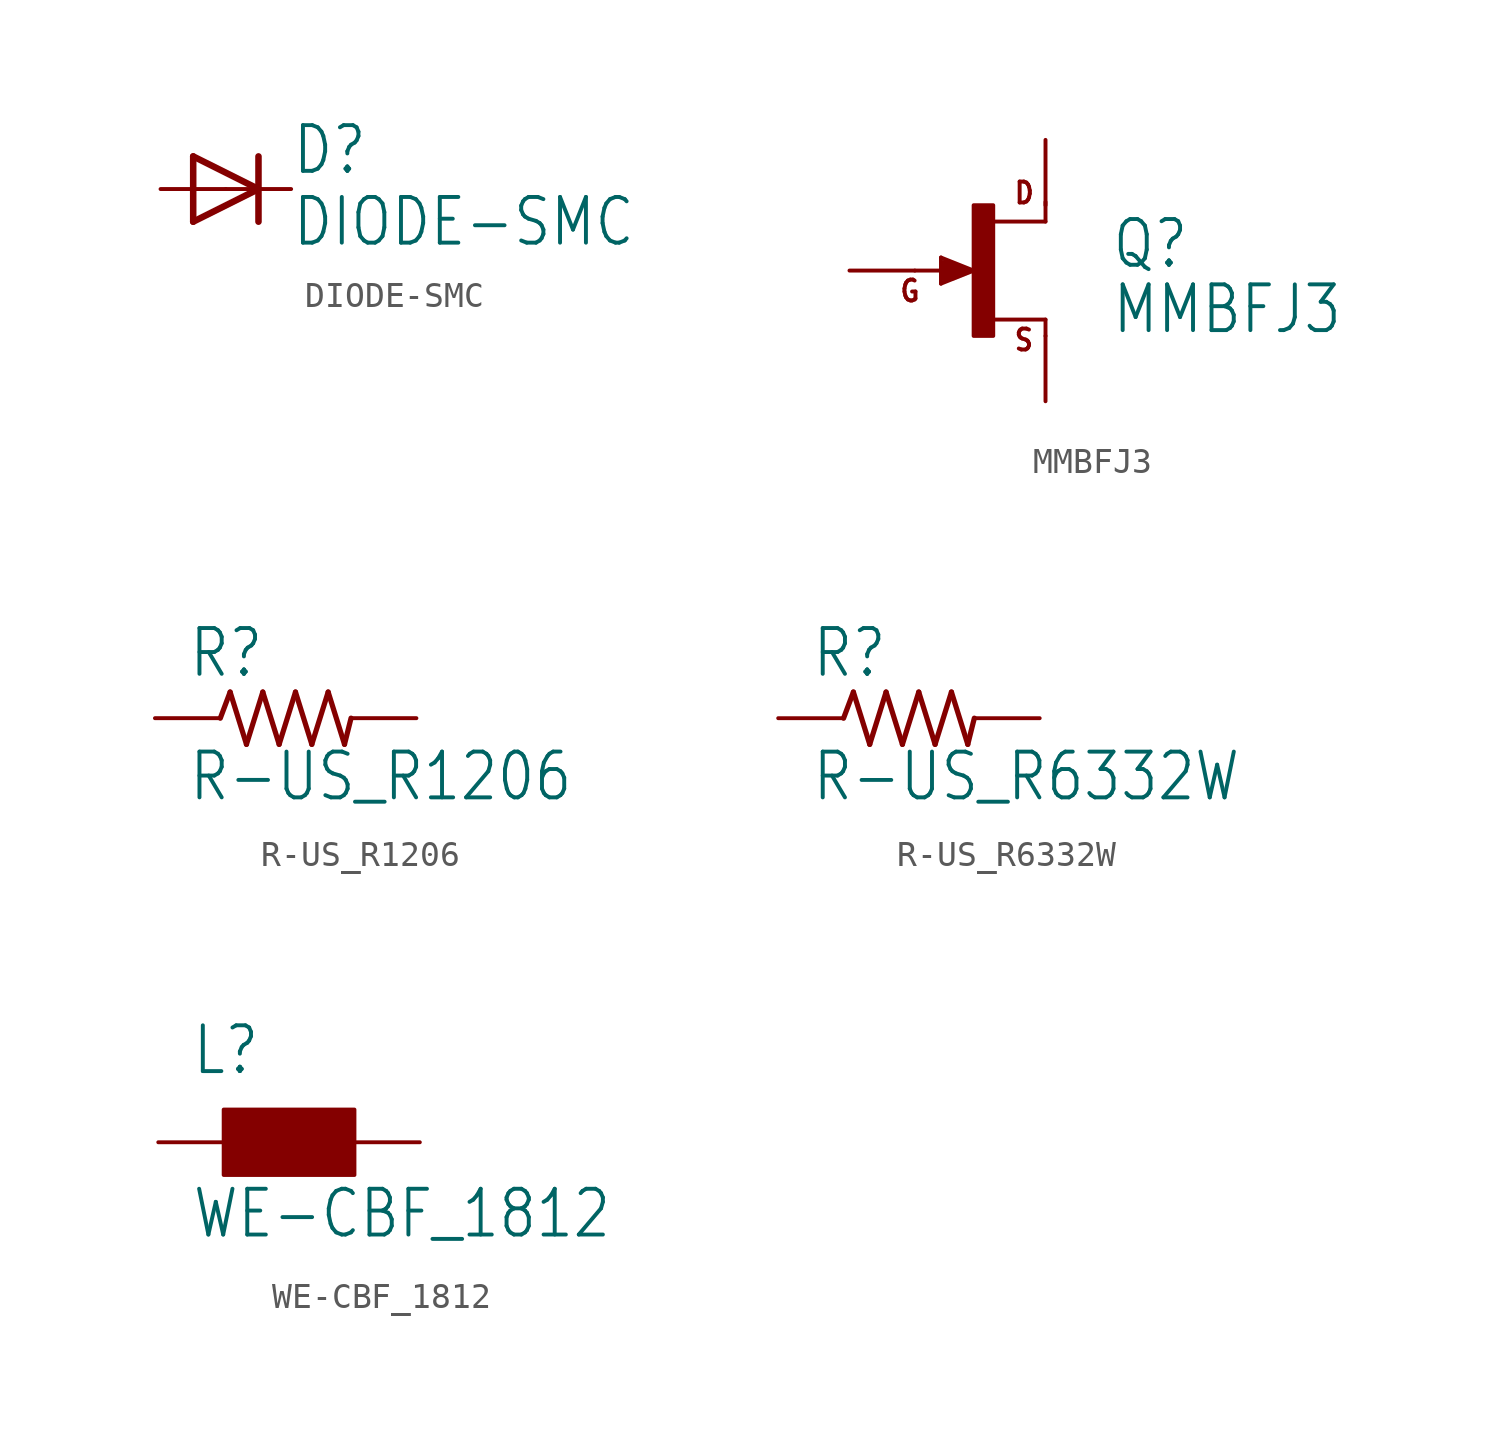
<source format=kicad_sym>
(kicad_symbol_lib
  (version 20211014)
  (generator kicad_symbol_editor)
  (symbol "DIODE-SMC"
    (property "Reference" "D"
      (at 2.54 0.483 0)
      (effects (font (size 1.778 1.511)) (justify left bottom)))
    (property "Value" "DIODE-SMC"
      (at 2.54 -2.311 0)
      (effects (font (size 1.778 1.511)) (justify left bottom)))
    (property "ki_locked" ""
      (at 0 0 0)
      (effects (font (size 1.27 1.27))))
    (symbol "DIODE-SMC_1_0"
      (polyline (pts (xy -1.27 -1.27) (xy 1.27 0)) (stroke (width 0.254) (type default) (color 0 0 0 0)) (fill (type none)))
      (polyline (pts (xy -1.27 1.27) (xy -1.27 -1.27)) (stroke (width 0.254) (type default) (color 0 0 0 0)) (fill (type none)))
      (polyline (pts (xy 1.27 0) (xy -1.27 1.27)) (stroke (width 0.254) (type default) (color 0 0 0 0)) (fill (type none)))
      (polyline (pts (xy 1.27 0) (xy 1.27 -1.27)) (stroke (width 0.254) (type default) (color 0 0 0 0)) (fill (type none)))
      (polyline (pts (xy 1.27 1.27) (xy 1.27 0)) (stroke (width 0.254) (type default) (color 0 0 0 0)) (fill (type none)))
      (pin passive line (at -2.54 0 0) (length 2.54) (name "A" (effects (font (size 0 0)))) (number "A" (effects (font (size 0 0)))))
      (pin passive line (at 2.54 0 180) (length 2.54) (name "C" (effects (font (size 0 0)))) (number "C" (effects (font (size 0 0)))))))
  (symbol "MMBFJ3"
    (property "Reference" "Q"
      (at 5.08 0 0)
      (effects (font (size 1.778 1.511)) (justify left bottom)))
    (property "Value" "MMBFJ3"
      (at 5.08 -2.54 0)
      (effects (font (size 1.778 1.511)) (justify left bottom)))
    (property "ki_locked" ""
      (at 0 0 0)
      (effects (font (size 1.27 1.27))))
    (symbol "MMBFJ3_1_0"
      (rectangle (start -0.254 -2.54) (end 0.508 2.54) (stroke (width 0) (type default) (color 0 0 0 0)) (fill (type outline)))
      (polyline (pts (xy -2.54 0) (xy -0.762 0)) (stroke (width 0.152) (type default) (color 0 0 0 0)) (fill (type none)))
      (polyline (pts (xy -1.524 -0.508) (xy -0.254 0)) (stroke (width 0.152) (type default) (color 0 0 0 0)) (fill (type none)))
      (polyline (pts (xy -1.524 0.508) (xy -1.524 -0.508)) (stroke (width 0.152) (type default) (color 0 0 0 0)) (fill (type none)))
      (polyline (pts (xy -1.397 -0.254) (xy -0.762 0)) (stroke (width 0.305) (type default) (color 0 0 0 0)) (fill (type none)))
      (polyline (pts (xy -1.397 0.254) (xy -1.397 -0.254)) (stroke (width 0.305) (type default) (color 0 0 0 0)) (fill (type none)))
      (polyline (pts (xy -0.762 0) (xy -0.635 0)) (stroke (width 0.152) (type default) (color 0 0 0 0)) (fill (type none)))
      (polyline (pts (xy -0.635 0) (xy -1.397 0.254)) (stroke (width 0.305) (type default) (color 0 0 0 0)) (fill (type none)))
      (polyline (pts (xy -0.635 0) (xy -0.254 0)) (stroke (width 0.152) (type default) (color 0 0 0 0)) (fill (type none)))
      (polyline (pts (xy -0.254 0) (xy -1.524 0.508)) (stroke (width 0.152) (type default) (color 0 0 0 0)) (fill (type none)))
      (polyline (pts (xy 2.54 -2.54) (xy 2.54 -1.905)) (stroke (width 0.152) (type default) (color 0 0 0 0)) (fill (type none)))
      (polyline (pts (xy 2.54 -1.905) (xy 0.533 -1.905)) (stroke (width 0.152) (type default) (color 0 0 0 0)) (fill (type none)))
      (polyline (pts (xy 2.54 1.905) (xy 0.508 1.905)) (stroke (width 0.152) (type default) (color 0 0 0 0)) (fill (type none)))
      (polyline (pts (xy 2.54 2.667) (xy 2.54 1.905)) (stroke (width 0.152) (type default) (color 0 0 0 0)) (fill (type none)))
      (text "D" (at 1.27 2.54 0) (effects (font (size 0.813 0.691)) (justify left bottom)))
      (text "G" (at -3.175 -1.27 0) (effects (font (size 0.813 0.691)) (justify left bottom)))
      (text "S" (at 1.27 -3.175 0) (effects (font (size 0.813 0.691)) (justify left bottom)))
      (pin passive line (at 2.54 5.08 270) (length 2.54) (name "D" (effects (font (size 0 0)))) (number "1" (effects (font (size 0 0)))))
      (pin passive line (at 2.54 -5.08 90) (length 2.54) (name "S" (effects (font (size 0 0)))) (number "2" (effects (font (size 0 0)))))
      (pin passive line (at -5.08 0 0) (length 2.54) (name "G" (effects (font (size 0 0)))) (number "3" (effects (font (size 0 0)))))))
  (symbol "R-US_R1206"
    (property "Reference" "R"
      (at -3.81 1.499 0)
      (effects (font (size 1.778 1.511)) (justify left bottom)))
    (property "Value" "R-US_R1206"
      (at -3.81 -3.302 0)
      (effects (font (size 1.778 1.511)) (justify left bottom)))
    (property "ki_locked" ""
      (at 0 0 0)
      (effects (font (size 1.27 1.27))))
    (symbol "R-US_R1206_1_0"
      (polyline (pts (xy -2.54 0) (xy -2.159 1.016)) (stroke (width 0.203) (type default) (color 0 0 0 0)) (fill (type none)))
      (polyline (pts (xy -2.159 1.016) (xy -1.524 -1.016)) (stroke (width 0.203) (type default) (color 0 0 0 0)) (fill (type none)))
      (polyline (pts (xy -1.524 -1.016) (xy -0.889 1.016)) (stroke (width 0.203) (type default) (color 0 0 0 0)) (fill (type none)))
      (polyline (pts (xy -0.889 1.016) (xy -0.254 -1.016)) (stroke (width 0.203) (type default) (color 0 0 0 0)) (fill (type none)))
      (polyline (pts (xy -0.254 -1.016) (xy 0.381 1.016)) (stroke (width 0.203) (type default) (color 0 0 0 0)) (fill (type none)))
      (polyline (pts (xy 0.381 1.016) (xy 1.016 -1.016)) (stroke (width 0.203) (type default) (color 0 0 0 0)) (fill (type none)))
      (polyline (pts (xy 1.016 -1.016) (xy 1.651 1.016)) (stroke (width 0.203) (type default) (color 0 0 0 0)) (fill (type none)))
      (polyline (pts (xy 1.651 1.016) (xy 2.286 -1.016)) (stroke (width 0.203) (type default) (color 0 0 0 0)) (fill (type none)))
      (polyline (pts (xy 2.286 -1.016) (xy 2.54 0)) (stroke (width 0.203) (type default) (color 0 0 0 0)) (fill (type none)))
      (pin passive line (at -5.08 0 0) (length 2.54) (name "1" (effects (font (size 0 0)))) (number "1" (effects (font (size 0 0)))))
      (pin passive line (at 5.08 0 180) (length 2.54) (name "2" (effects (font (size 0 0)))) (number "2" (effects (font (size 0 0)))))))
  (symbol "R-US_R6332W"
    (property "Reference" "R"
      (at -3.81 1.499 0)
      (effects (font (size 1.778 1.511)) (justify left bottom)))
    (property "Value" "R-US_R6332W"
      (at -3.81 -3.302 0)
      (effects (font (size 1.778 1.511)) (justify left bottom)))
    (property "ki_locked" ""
      (at 0 0 0)
      (effects (font (size 1.27 1.27))))
    (symbol "R-US_R6332W_1_0"
      (polyline (pts (xy -2.54 0) (xy -2.159 1.016)) (stroke (width 0.203) (type default) (color 0 0 0 0)) (fill (type none)))
      (polyline (pts (xy -2.159 1.016) (xy -1.524 -1.016)) (stroke (width 0.203) (type default) (color 0 0 0 0)) (fill (type none)))
      (polyline (pts (xy -1.524 -1.016) (xy -0.889 1.016)) (stroke (width 0.203) (type default) (color 0 0 0 0)) (fill (type none)))
      (polyline (pts (xy -0.889 1.016) (xy -0.254 -1.016)) (stroke (width 0.203) (type default) (color 0 0 0 0)) (fill (type none)))
      (polyline (pts (xy -0.254 -1.016) (xy 0.381 1.016)) (stroke (width 0.203) (type default) (color 0 0 0 0)) (fill (type none)))
      (polyline (pts (xy 0.381 1.016) (xy 1.016 -1.016)) (stroke (width 0.203) (type default) (color 0 0 0 0)) (fill (type none)))
      (polyline (pts (xy 1.016 -1.016) (xy 1.651 1.016)) (stroke (width 0.203) (type default) (color 0 0 0 0)) (fill (type none)))
      (polyline (pts (xy 1.651 1.016) (xy 2.286 -1.016)) (stroke (width 0.203) (type default) (color 0 0 0 0)) (fill (type none)))
      (polyline (pts (xy 2.286 -1.016) (xy 2.54 0)) (stroke (width 0.203) (type default) (color 0 0 0 0)) (fill (type none)))
      (pin passive line (at -5.08 0 0) (length 2.54) (name "1" (effects (font (size 0 0)))) (number "1" (effects (font (size 0 0)))))
      (pin passive line (at 5.08 0 180) (length 2.54) (name "2" (effects (font (size 0 0)))) (number "2" (effects (font (size 0 0)))))))
  (symbol "WE-CBF_1812"
    (property "Reference" "L"
      (at -3.81 5.08 0)
      (effects (font (size 1.778 1.511)) (justify left bottom)))
    (property "Value" "WE-CBF_1812"
      (at -3.81 -1.27 0)
      (effects (font (size 1.778 1.511)) (justify left bottom)))
    (property "ki_locked" ""
      (at 0 0 0)
      (effects (font (size 1.27 1.27))))
    (symbol "WE-CBF_1812_1_0"
      (rectangle (start -2.54 1.27) (end 2.54 3.81) (stroke (width 0) (type default) (color 0 0 0 0)) (fill (type outline)))
      (pin passive line (at -5.08 2.54 0) (length 2.54) (name "1" (effects (font (size 0 0)))) (number "1" (effects (font (size 0 0)))))
      (pin passive line (at 5.08 2.54 180) (length 2.54) (name "2" (effects (font (size 0 0)))) (number "2" (effects (font (size 0 0))))))))
</source>
